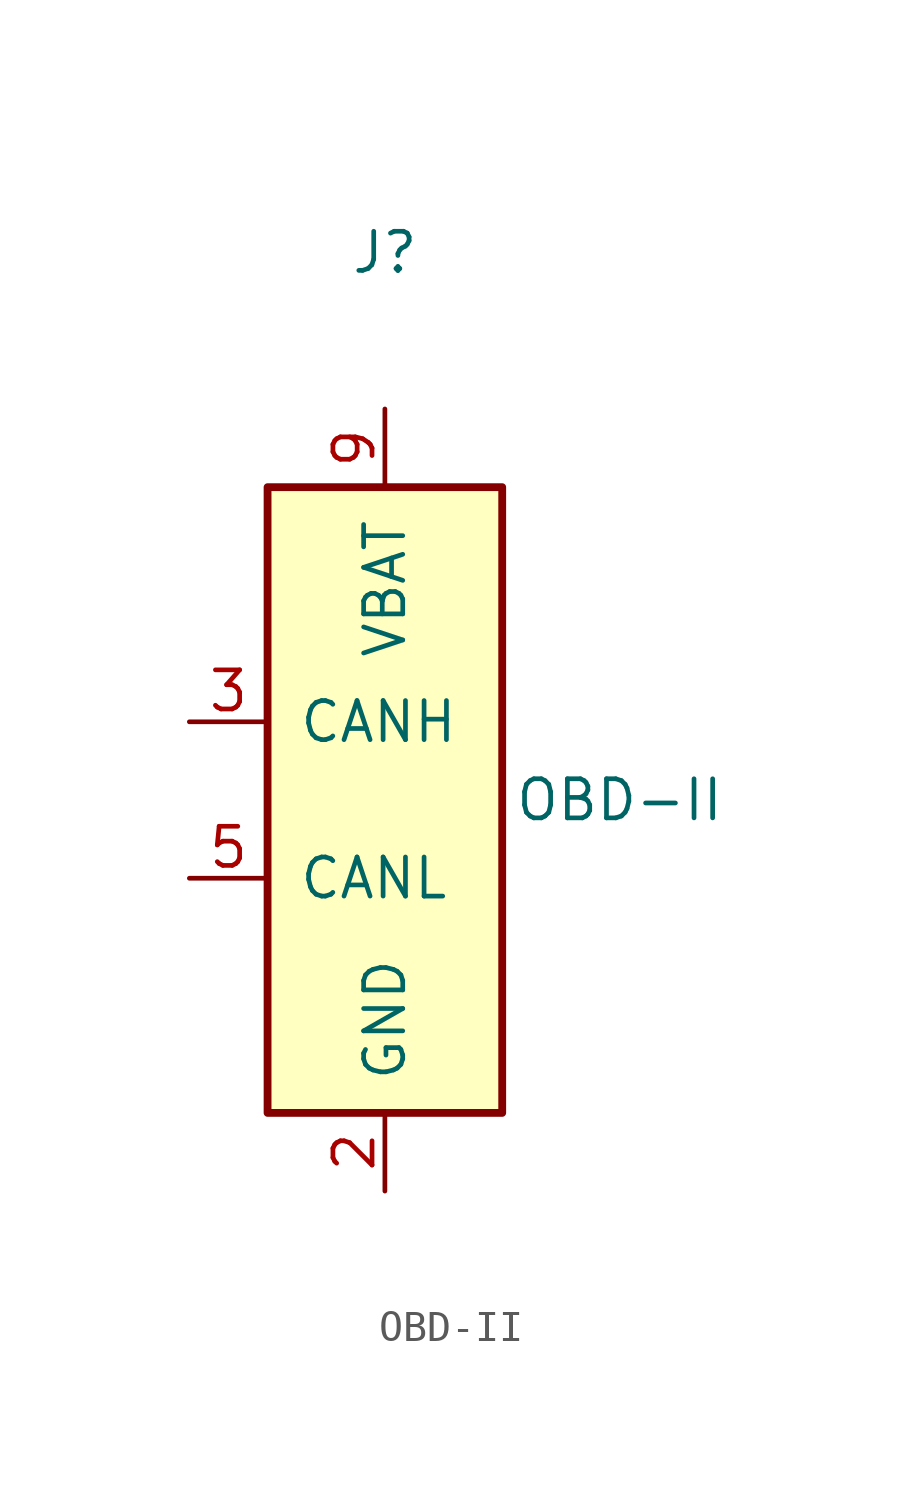
<source format=kicad_sym>
(kicad_symbol_lib
  (version 20211014)
  (generator kicad_symbol_editor)
  (symbol "OBD-II"
    (pin_names
      (offset 0.991))
    (property "Reference" "J"
      (at 0 17.78 0)
      (effects (font (size 1.27 1.27))))
    (property "Value" "OBD-II"
      (at 7.62 0 0)
      (effects (font (size 1.27 1.27))))
    (symbol "OBD-II_0_0"
      (pin no_connect line (at 6.35 0 180) (length 2.54) hide (name "X" (effects (font (size 1.27 1.27)))) (number "1" (effects (font (size 1.27 1.27)))))
      (pin no_connect line (at 6.35 0 180) (length 2.54) hide (name "X" (effects (font (size 1.27 1.27)))) (number "4" (effects (font (size 1.27 1.27)))))
      (pin no_connect line (at 6.35 0 180) (length 2.54) hide (name "X" (effects (font (size 1.27 1.27)))) (number "6" (effects (font (size 1.27 1.27)))))
      (pin no_connect line (at 6.35 0 180) (length 2.54) hide (name "X" (effects (font (size 1.27 1.27)))) (number "7" (effects (font (size 1.27 1.27)))))
      (pin no_connect line (at 6.35 0 180) (length 2.54) hide (name "X" (effects (font (size 1.27 1.27)))) (number "8" (effects (font (size 1.27 1.27))))))
    (symbol "OBD-II_1_1"
      (rectangle (start -3.81 10.16) (end 3.81 -10.16) (stroke (width 0.254) (type default) (color 0 0 0 0)) (fill (type background)))
      (pin power_out line (at 0 -12.7 90) (length 2.54) (name "GND" (effects (font (size 1.27 1.27)))) (number "2" (effects (font (size 1.27 1.27)))))
      (pin bidirectional line (at -6.35 2.54 0) (length 2.54) (name "CANH" (effects (font (size 1.27 1.27)))) (number "3" (effects (font (size 1.27 1.27)))))
      (pin bidirectional line (at -6.35 -2.54 0) (length 2.54) (name "CANL" (effects (font (size 1.27 1.27)))) (number "5" (effects (font (size 1.27 1.27)))))
      (pin power_out line (at 0 12.7 270) (length 2.54) (name "VBAT" (effects (font (size 1.27 1.27)))) (number "9" (effects (font (size 1.27 1.27))))))))
</source>
